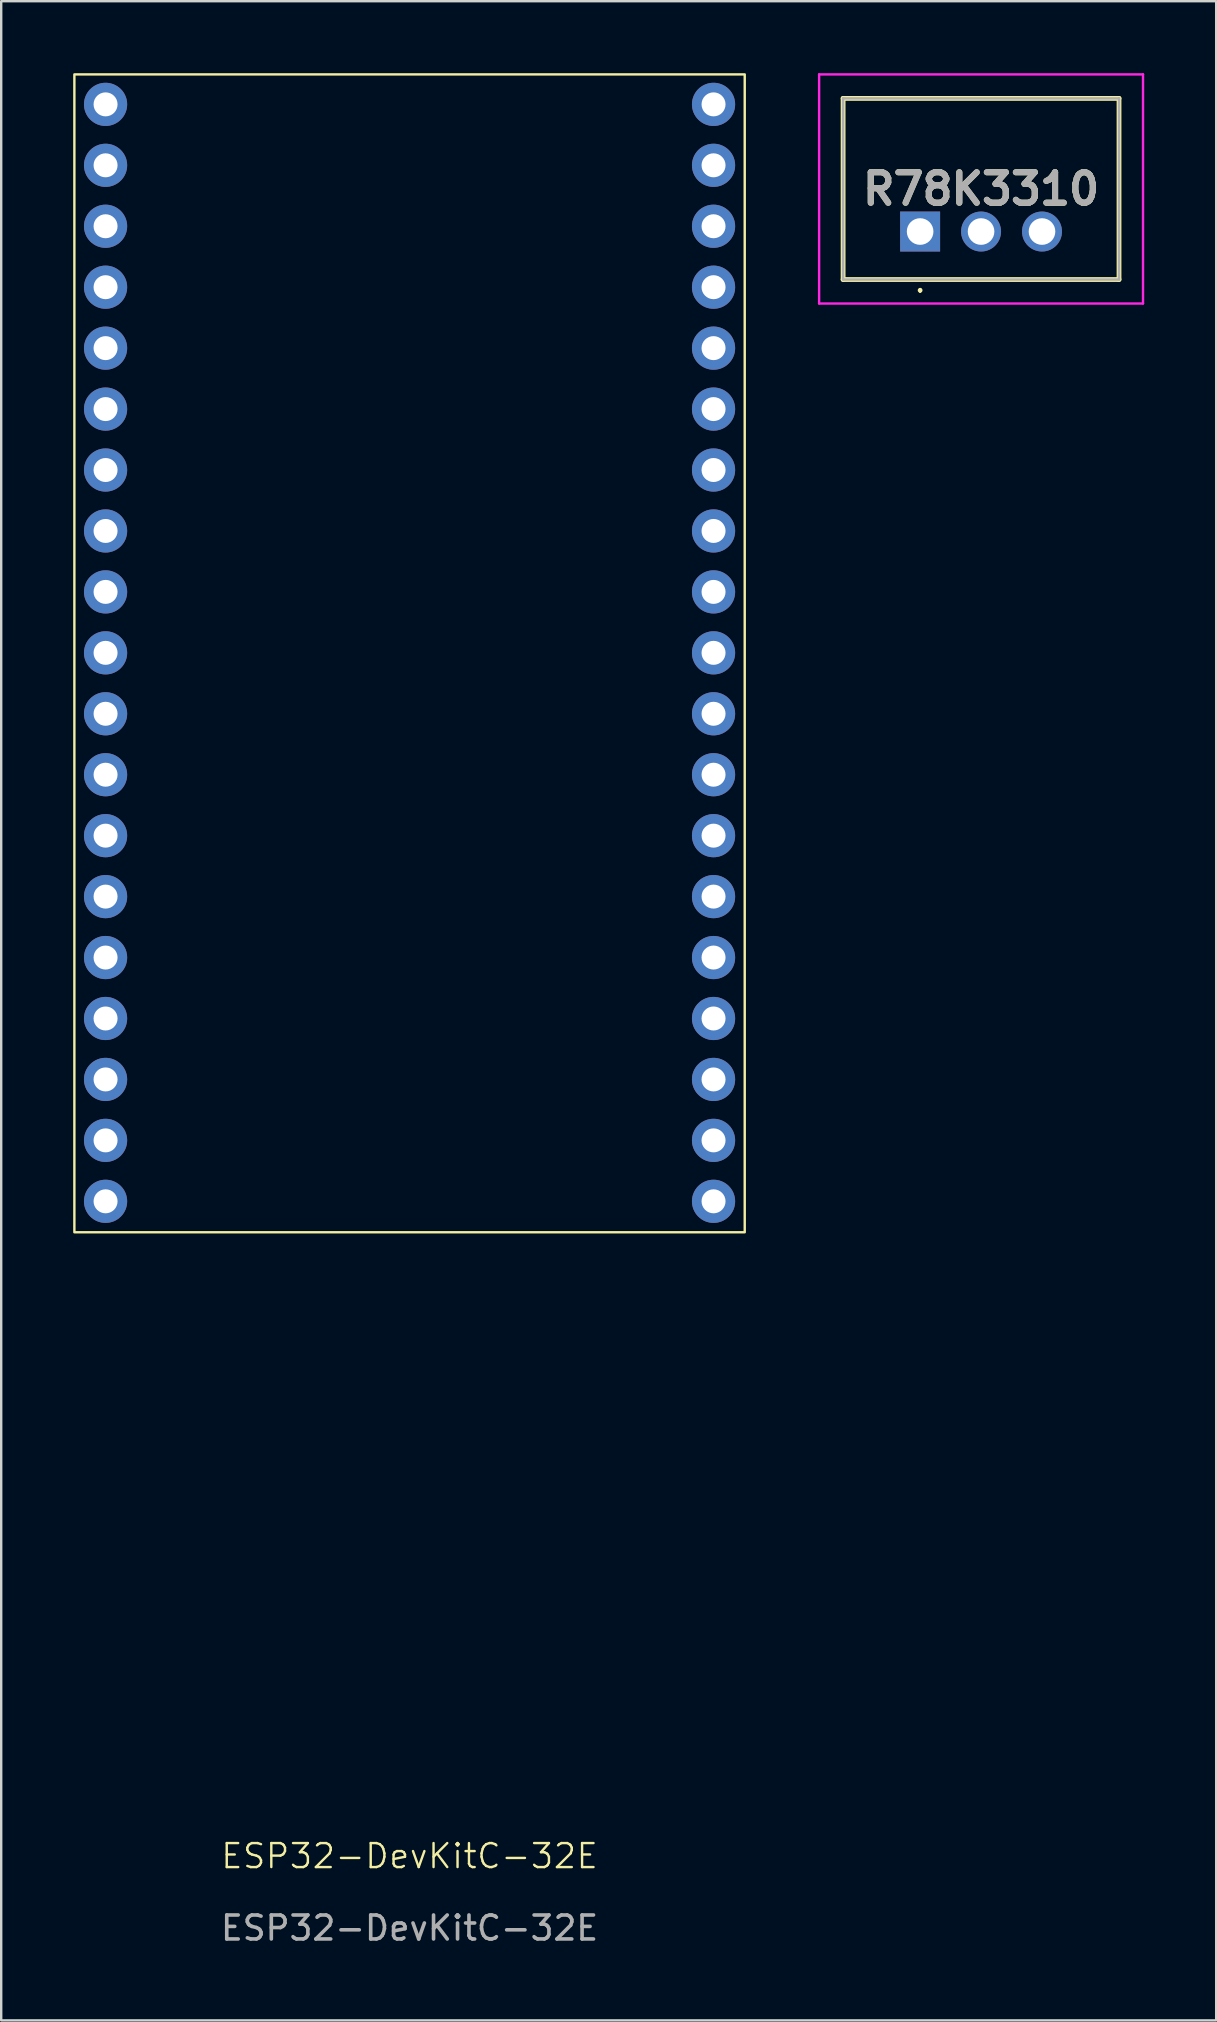
<source format=kicad_pcb>
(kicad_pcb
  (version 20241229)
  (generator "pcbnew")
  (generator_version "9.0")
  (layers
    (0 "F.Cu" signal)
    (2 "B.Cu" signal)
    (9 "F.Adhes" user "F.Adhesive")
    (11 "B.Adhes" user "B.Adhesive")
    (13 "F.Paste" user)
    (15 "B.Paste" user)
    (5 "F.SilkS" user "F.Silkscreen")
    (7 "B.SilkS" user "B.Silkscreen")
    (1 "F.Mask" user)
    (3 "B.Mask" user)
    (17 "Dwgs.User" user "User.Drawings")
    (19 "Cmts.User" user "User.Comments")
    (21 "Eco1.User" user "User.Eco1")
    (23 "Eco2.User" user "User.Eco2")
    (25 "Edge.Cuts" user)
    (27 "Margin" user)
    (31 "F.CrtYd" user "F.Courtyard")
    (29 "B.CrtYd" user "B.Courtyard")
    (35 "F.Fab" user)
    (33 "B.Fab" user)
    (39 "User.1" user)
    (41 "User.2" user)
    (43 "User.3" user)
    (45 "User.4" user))
  (footprint "ESP32-DevKitC-32E"
    (layer "F.Cu")
    (at 14.02 48.31)
    (property "Reference" "ESP32-DevKitC-32E" (at 0 26 0) (unlocked yes) (layer "F.SilkS") (effects (font (size 1 1) (thickness 0.1))))
    (attr through_hole)
    (fp_rect (start -13.97 -48.26) (end 13.97 0) (stroke (width 0.1) (type default)) (fill no) (layer "F.SilkS"))
    (fp_text user "${REFERENCE}" (at 0 29 0) (unlocked yes) (layer "F.Fab") (effects (font (size 1 1) (thickness 0.15))))
    (pad "1" thru_hole circle (at -12.67 -47.01) (size 1.8 1.8) (drill 1) (layers "*.Cu" "*.Mask"))
    (pad "2" thru_hole circle (at -12.67 -44.47) (size 1.8 1.8) (drill 1) (layers "*.Cu" "*.Mask"))
    (pad "3" thru_hole circle (at -12.67 -41.93) (size 1.8 1.8) (drill 1) (layers "*.Cu" "*.Mask"))
    (pad "4" thru_hole circle (at -12.67 -39.39) (size 1.8 1.8) (drill 1) (layers "*.Cu" "*.Mask"))
    (pad "5" thru_hole circle (at -12.67 -36.85) (size 1.8 1.8) (drill 1) (layers "*.Cu" "*.Mask"))
    (pad "6" thru_hole circle (at -12.67 -34.31) (size 1.8 1.8) (drill 1) (layers "*.Cu" "*.Mask"))
    (pad "7" thru_hole circle (at -12.67 -31.77) (size 1.8 1.8) (drill 1) (layers "*.Cu" "*.Mask"))
    (pad "8" thru_hole circle (at -12.67 -29.23) (size 1.8 1.8) (drill 1) (layers "*.Cu" "*.Mask"))
    (pad "9" thru_hole circle (at -12.67 -26.69) (size 1.8 1.8) (drill 1) (layers "*.Cu" "*.Mask"))
    (pad "10" thru_hole circle (at -12.67 -24.15) (size 1.8 1.8) (drill 1) (layers "*.Cu" "*.Mask"))
    (pad "11" thru_hole circle (at -12.67 -21.61) (size 1.8 1.8) (drill 1) (layers "*.Cu" "*.Mask"))
    (pad "12" thru_hole circle (at -12.67 -19.07) (size 1.8 1.8) (drill 1) (layers "*.Cu" "*.Mask"))
    (pad "13" thru_hole circle (at -12.67 -16.53) (size 1.8 1.8) (drill 1) (layers "*.Cu" "*.Mask"))
    (pad "14" thru_hole circle (at -12.67 -13.99) (size 1.8 1.8) (drill 1) (layers "*.Cu" "*.Mask"))
    (pad "15" thru_hole circle (at -12.67 -11.45) (size 1.8 1.8) (drill 1) (layers "*.Cu" "*.Mask"))
    (pad "16" thru_hole circle (at -12.67 -8.91) (size 1.8 1.8) (drill 1) (layers "*.Cu" "*.Mask"))
    (pad "17" thru_hole circle (at -12.67 -6.37) (size 1.8 1.8) (drill 1) (layers "*.Cu" "*.Mask"))
    (pad "18" thru_hole circle (at -12.67 -3.83) (size 1.8 1.8) (drill 1) (layers "*.Cu" "*.Mask"))
    (pad "19" thru_hole circle (at -12.67 -1.29) (size 1.8 1.8) (drill 1) (layers "*.Cu" "*.Mask"))
    (pad "20" thru_hole circle (at 12.67 -47.01) (size 1.8 1.8) (drill 1) (layers "*.Cu" "*.Mask"))
    (pad "21" thru_hole circle (at 12.67 -44.47) (size 1.8 1.8) (drill 1) (layers "*.Cu" "*.Mask"))
    (pad "22" thru_hole circle (at 12.67 -41.93) (size 1.8 1.8) (drill 1) (layers "*.Cu" "*.Mask"))
    (pad "23" thru_hole circle (at 12.67 -39.39) (size 1.8 1.8) (drill 1) (layers "*.Cu" "*.Mask"))
    (pad "24" thru_hole circle (at 12.67 -36.85) (size 1.8 1.8) (drill 1) (layers "*.Cu" "*.Mask"))
    (pad "25" thru_hole circle (at 12.67 -34.31) (size 1.8 1.8) (drill 1) (layers "*.Cu" "*.Mask"))
    (pad "26" thru_hole circle (at 12.67 -31.77) (size 1.8 1.8) (drill 1) (layers "*.Cu" "*.Mask"))
    (pad "27" thru_hole circle (at 12.67 -29.23) (size 1.8 1.8) (drill 1) (layers "*.Cu" "*.Mask"))
    (pad "28" thru_hole circle (at 12.67 -26.69) (size 1.8 1.8) (drill 1) (layers "*.Cu" "*.Mask"))
    (pad "29" thru_hole circle (at 12.67 -24.15) (size 1.8 1.8) (drill 1) (layers "*.Cu" "*.Mask"))
    (pad "30" thru_hole circle (at 12.67 -21.61) (size 1.8 1.8) (drill 1) (layers "*.Cu" "*.Mask"))
    (pad "31" thru_hole circle (at 12.67 -19.07) (size 1.8 1.8) (drill 1) (layers "*.Cu" "*.Mask"))
    (pad "32" thru_hole circle (at 12.67 -16.53) (size 1.8 1.8) (drill 1) (layers "*.Cu" "*.Mask"))
    (pad "33" thru_hole circle (at 12.67 -13.99) (size 1.8 1.8) (drill 1) (layers "*.Cu" "*.Mask"))
    (pad "34" thru_hole circle (at 12.67 -11.45) (size 1.8 1.8) (drill 1) (layers "*.Cu" "*.Mask"))
    (pad "35" thru_hole circle (at 12.67 -8.91) (size 1.8 1.8) (drill 1) (layers "*.Cu" "*.Mask"))
    (pad "36" thru_hole circle (at 12.67 -6.37) (size 1.8 1.8) (drill 1) (layers "*.Cu" "*.Mask"))
    (pad "37" thru_hole circle (at 12.67 -3.83) (size 1.8 1.8) (drill 1) (layers "*.Cu" "*.Mask"))
    (pad "38" thru_hole circle (at 12.67 -1.29) (size 1.8 1.8) (drill 1) (layers "*.Cu" "*.Mask")))
  (footprint "R78K3310"
    (layer "F.Cu")
    (at 35.3 6.6)
    (property "Reference" "R78K3310" (at 2.54 -1.775 0) (layer "F.SilkS") (effects (font (size 1.27 1.27) (thickness 0.254))))
    (attr through_hole)
    (fp_line (start -3.21 -5.55) (end -3.21 2) (stroke (width 0.2) (type solid)) (layer "F.SilkS"))
    (fp_line (start -3.21 2) (end 8.29 2) (stroke (width 0.2) (type solid)) (layer "F.SilkS"))
    (fp_line (start 0 2.4) (end 0 2.4) (stroke (width 0.1) (type solid)) (layer "F.SilkS"))
    (fp_line (start 0 2.5) (end 0 2.5) (stroke (width 0.1) (type solid)) (layer "F.SilkS"))
    (fp_line (start 8.29 -5.55) (end -3.21 -5.55) (stroke (width 0.2) (type solid)) (layer "F.SilkS"))
    (fp_line (start 8.29 2) (end 8.29 -5.55) (stroke (width 0.2) (type solid)) (layer "F.SilkS"))
    (fp_arc (start 0 2.4) (mid 0.05 2.45) (end 0 2.5) (stroke (width 0.1) (type solid)) (layer "F.SilkS"))
    (fp_arc (start 0 2.5) (mid -0.05 2.45) (end 0 2.4) (stroke (width 0.1) (type solid)) (layer "F.SilkS"))
    (fp_line (start -4.21 -6.55) (end 9.29 -6.55) (stroke (width 0.1) (type solid)) (layer "F.CrtYd"))
    (fp_line (start -4.21 3) (end -4.21 -6.55) (stroke (width 0.1) (type solid)) (layer "F.CrtYd"))
    (fp_line (start 9.29 -6.55) (end 9.29 3) (stroke (width 0.1) (type solid)) (layer "F.CrtYd"))
    (fp_line (start 9.29 3) (end -4.21 3) (stroke (width 0.1) (type solid)) (layer "F.CrtYd"))
    (fp_line (start -3.21 -5.55) (end -3.21 2) (stroke (width 0.1) (type solid)) (layer "F.Fab"))
    (fp_line (start -3.21 2) (end 8.29 2) (stroke (width 0.1) (type solid)) (layer "F.Fab"))
    (fp_line (start 8.29 -5.55) (end -3.21 -5.55) (stroke (width 0.1) (type solid)) (layer "F.Fab"))
    (fp_line (start 8.29 2) (end 8.29 -5.55) (stroke (width 0.1) (type solid)) (layer "F.Fab"))
    (fp_text user "${REFERENCE}" (at 2.54 -1.775 0) (layer "F.Fab") (effects (font (size 1.27 1.27) (thickness 0.254))))
    (pad "1" thru_hole rect (at 0 0) (size 1.665 1.665) (drill 1.11) (layers "*.Cu" "*.Mask"))
    (pad "2" thru_hole circle (at 2.54 0) (size 1.665 1.665) (drill 1.11) (layers "*.Cu" "*.Mask"))
    (pad "3" thru_hole circle (at 5.08 0) (size 1.665 1.665) (drill 1.11) (layers "*.Cu" "*.Mask")))
  (gr_rect
    (start -3 -3)
    (end 47.64 81.158)
    (stroke (width 0.1) (type default))
    (fill no)
    (layer "Edge.Cuts")))
</source>
